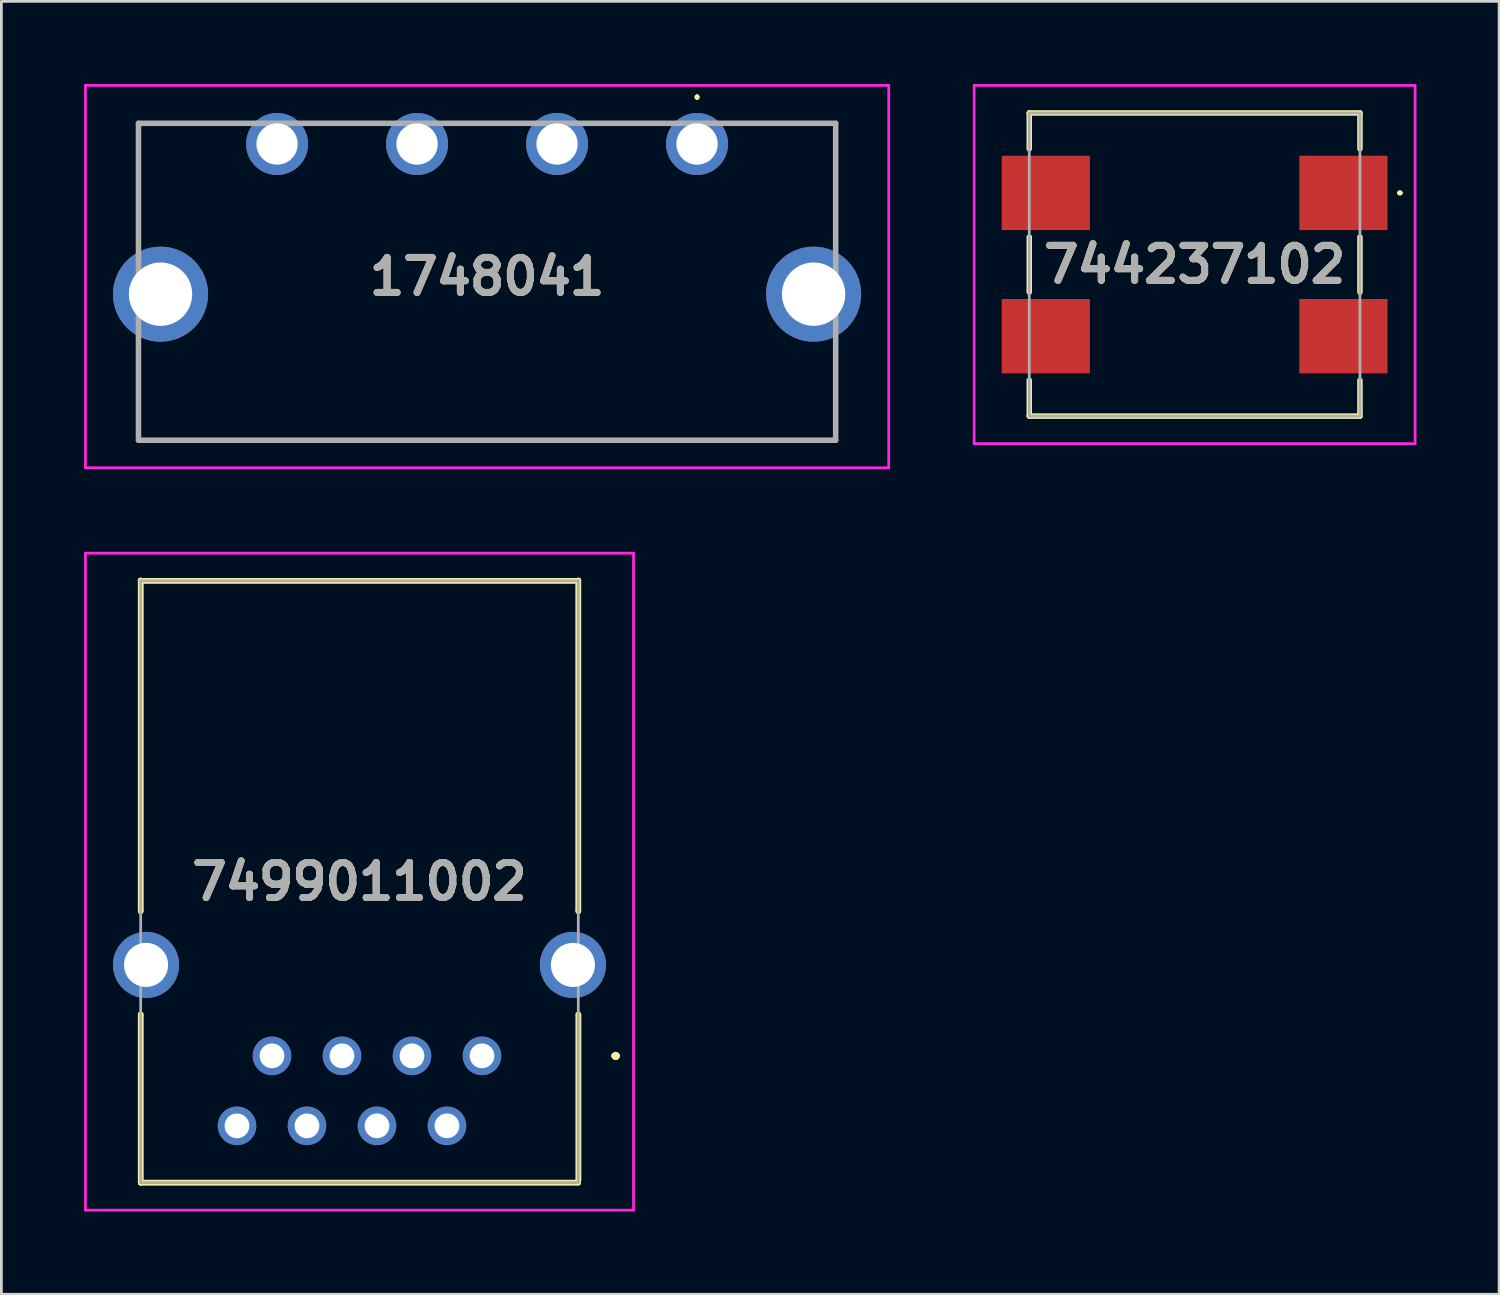
<source format=kicad_pcb>
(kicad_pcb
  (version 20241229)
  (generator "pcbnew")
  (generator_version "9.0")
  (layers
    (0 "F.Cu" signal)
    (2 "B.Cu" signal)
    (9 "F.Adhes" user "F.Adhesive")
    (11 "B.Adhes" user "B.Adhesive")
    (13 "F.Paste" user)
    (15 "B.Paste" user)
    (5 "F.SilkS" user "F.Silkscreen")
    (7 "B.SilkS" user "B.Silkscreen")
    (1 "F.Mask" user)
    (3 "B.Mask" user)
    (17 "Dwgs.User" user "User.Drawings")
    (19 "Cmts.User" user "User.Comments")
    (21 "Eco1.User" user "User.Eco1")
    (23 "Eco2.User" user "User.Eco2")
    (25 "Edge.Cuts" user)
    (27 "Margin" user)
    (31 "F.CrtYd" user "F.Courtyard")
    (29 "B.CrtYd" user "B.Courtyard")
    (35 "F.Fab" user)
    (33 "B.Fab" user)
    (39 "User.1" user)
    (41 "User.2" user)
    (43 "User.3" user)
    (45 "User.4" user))
  (footprint "7499011002"
    (layer "F.Cu")
    (at 14.44 35.265)
    (property "Reference" "7499011002" (at -4.445 -6.32 0) (layer "F.SilkS") (effects (font (size 1.27 1.27) (thickness 0.254))))
    (attr through_hole)
    (fp_line (start -12.385 -17.25) (end -12.385 -17.25) (stroke (width 0.2) (type solid)) (layer "F.SilkS"))
    (fp_line (start -12.385 -17.25) (end -12.385 -5.25) (stroke (width 0.2) (type solid)) (layer "F.SilkS"))
    (fp_line (start -12.385 -17.24) (end -12.385 -17.24) (stroke (width 0.2) (type solid)) (layer "F.SilkS"))
    (fp_line (start -12.385 -17.24) (end 3.495 -17.24) (stroke (width 0.2) (type solid)) (layer "F.SilkS"))
    (fp_line (start -12.385 -5.25) (end -12.385 -17.25) (stroke (width 0.2) (type solid)) (layer "F.SilkS"))
    (fp_line (start -12.385 -5.25) (end -12.385 -5.25) (stroke (width 0.2) (type solid)) (layer "F.SilkS"))
    (fp_line (start -12.385 -1.5) (end -12.385 -1.5) (stroke (width 0.2) (type solid)) (layer "F.SilkS"))
    (fp_line (start -12.385 -1.5) (end -12.385 4.6) (stroke (width 0.2) (type solid)) (layer "F.SilkS"))
    (fp_line (start -12.385 4.6) (end -12.385 -1.5) (stroke (width 0.2) (type solid)) (layer "F.SilkS"))
    (fp_line (start -12.385 4.6) (end -12.385 4.6) (stroke (width 0.2) (type solid)) (layer "F.SilkS"))
    (fp_line (start -12.385 4.6) (end -12.385 4.6) (stroke (width 0.2) (type solid)) (layer "F.SilkS"))
    (fp_line (start -12.385 4.6) (end 3.495 4.6) (stroke (width 0.2) (type solid)) (layer "F.SilkS"))
    (fp_line (start 3.495 -17.25) (end 3.5 -17.25) (stroke (width 0.2) (type solid)) (layer "F.SilkS"))
    (fp_line (start 3.495 -17.24) (end -12.385 -17.24) (stroke (width 0.2) (type solid)) (layer "F.SilkS"))
    (fp_line (start 3.495 -17.24) (end 3.495 -17.24) (stroke (width 0.2) (type solid)) (layer "F.SilkS"))
    (fp_line (start 3.495 -5.25) (end 3.495 -17.25) (stroke (width 0.2) (type solid)) (layer "F.SilkS"))
    (fp_line (start 3.495 4.6) (end -12.385 4.6) (stroke (width 0.2) (type solid)) (layer "F.SilkS"))
    (fp_line (start 3.495 4.6) (end 3.495 4.6) (stroke (width 0.2) (type solid)) (layer "F.SilkS"))
    (fp_line (start 3.5 -17.25) (end 3.5 -5.25) (stroke (width 0.2) (type solid)) (layer "F.SilkS"))
    (fp_line (start 3.5 -5.25) (end 3.495 -5.25) (stroke (width 0.2) (type solid)) (layer "F.SilkS"))
    (fp_line (start 3.5 -1.5) (end 3.5 -1.5) (stroke (width 0.2) (type solid)) (layer "F.SilkS"))
    (fp_line (start 3.5 -1.5) (end 3.5 4.5) (stroke (width 0.2) (type solid)) (layer "F.SilkS"))
    (fp_line (start 3.5 4.5) (end 3.5 -1.5) (stroke (width 0.2) (type solid)) (layer "F.SilkS"))
    (fp_line (start 3.5 4.5) (end 3.5 4.5) (stroke (width 0.2) (type solid)) (layer "F.SilkS"))
    (fp_line (start 4.8 0) (end 4.8 0) (stroke (width 0.2) (type solid)) (layer "F.SilkS"))
    (fp_line (start 4.8 0) (end 4.8 0) (stroke (width 0.2) (type solid)) (layer "F.SilkS"))
    (fp_line (start 4.9 0) (end 4.9 0) (stroke (width 0.2) (type solid)) (layer "F.SilkS"))
    (fp_arc (start 4.8 0) (mid 4.85 -0.05) (end 4.9 0) (stroke (width 0.2) (type solid)) (layer "F.SilkS"))
    (fp_arc (start 4.9 0) (mid 4.85 0.05) (end 4.8 0) (stroke (width 0.2) (type solid)) (layer "F.SilkS"))
    (fp_arc (start 4.9 0) (mid 4.85 0.05) (end 4.8 0) (stroke (width 0.2) (type solid)) (layer "F.SilkS"))
    (fp_line (start -14.39 -18.24) (end 5.5 -18.24) (stroke (width 0.1) (type solid)) (layer "F.CrtYd"))
    (fp_line (start -14.39 5.6) (end -14.39 -18.24) (stroke (width 0.1) (type solid)) (layer "F.CrtYd"))
    (fp_line (start 5.5 -18.24) (end 5.5 5.6) (stroke (width 0.1) (type solid)) (layer "F.CrtYd"))
    (fp_line (start 5.5 5.6) (end -14.39 5.6) (stroke (width 0.1) (type solid)) (layer "F.CrtYd"))
    (fp_line (start -12.385 -17.24) (end -12.385 4.6) (stroke (width 0.1) (type solid)) (layer "F.Fab"))
    (fp_line (start -12.385 4.6) (end 3.495 4.6) (stroke (width 0.1) (type solid)) (layer "F.Fab"))
    (fp_line (start 3.495 -17.24) (end -12.385 -17.24) (stroke (width 0.1) (type solid)) (layer "F.Fab"))
    (fp_line (start 3.495 4.6) (end 3.495 -17.24) (stroke (width 0.1) (type solid)) (layer "F.Fab"))
    (fp_text user "${REFERENCE}" (at -4.445 -6.32 0) (layer "F.Fab") (effects (font (size 1.27 1.27) (thickness 0.254))))
    (pad "" np_thru_hole circle (at -10.16 -6.35) (size 0.001 0.001) (drill 3.25) (layers "*.Cu" "*.Mask"))
    (pad "" np_thru_hole circle (at 1.27 -6.35) (size 0.001 0.001) (drill 3.25) (layers "*.Cu" "*.Mask"))
    (pad "1" thru_hole circle (at 0 0) (size 1.4 1.4) (drill 0.9) (layers "*.Cu" "*.Mask"))
    (pad "2" thru_hole circle (at -1.27 2.54) (size 1.4 1.4) (drill 0.9) (layers "*.Cu" "*.Mask"))
    (pad "3" thru_hole circle (at -2.54 0) (size 1.4 1.4) (drill 0.9) (layers "*.Cu" "*.Mask"))
    (pad "4" thru_hole circle (at -3.81 2.54) (size 1.4 1.4) (drill 0.9) (layers "*.Cu" "*.Mask"))
    (pad "5" thru_hole circle (at -5.08 0) (size 1.4 1.4) (drill 0.9) (layers "*.Cu" "*.Mask"))
    (pad "6" thru_hole circle (at -6.35 2.54) (size 1.4 1.4) (drill 0.9) (layers "*.Cu" "*.Mask"))
    (pad "7" thru_hole circle (at -7.62 0) (size 1.4 1.4) (drill 0.9) (layers "*.Cu" "*.Mask"))
    (pad "8" thru_hole circle (at -8.89 2.54) (size 1.4 1.4) (drill 0.9) (layers "*.Cu" "*.Mask"))
    (pad "MH1" thru_hole circle (at -12.19 -3.3) (size 2.4 2.4) (drill 1.6) (layers "*.Cu" "*.Mask"))
    (pad "MH1" thru_hole circle (at 3.3 -3.3) (size 2.4 2.4) (drill 1.6) (layers "*.Cu" "*.Mask")))
  (footprint "1748041"
    (layer "F.Cu")
    (at 22.245 2.175)
    (property "Reference" "1748041" (at -7.62 4.813 0) (layer "F.SilkS") (effects (font (size 1.27 1.27) (thickness 0.254))))
    (attr through_hole)
    (fp_line (start -20.27 -0.75) (end -20.27 3) (stroke (width 0.1) (type solid)) (layer "F.SilkS"))
    (fp_line (start -20.27 7.5) (end -20.27 10.75) (stroke (width 0.1) (type solid)) (layer "F.SilkS"))
    (fp_line (start -20.27 10.75) (end 5 10.75) (stroke (width 0.1) (type solid)) (layer "F.SilkS"))
    (fp_line (start -17 -0.75) (end -20.27 -0.75) (stroke (width 0.1) (type solid)) (layer "F.SilkS"))
    (fp_line (start -14 -0.75) (end -11.5 -0.75) (stroke (width 0.1) (type solid)) (layer "F.SilkS"))
    (fp_line (start -8.75 -0.75) (end -6.5 -0.75) (stroke (width 0.1) (type solid)) (layer "F.SilkS"))
    (fp_line (start -3.5 -0.75) (end -1.5 -0.75) (stroke (width 0.1) (type solid)) (layer "F.SilkS"))
    (fp_line (start 0 -1.75) (end 0 -1.75) (stroke (width 0.1) (type solid)) (layer "F.SilkS"))
    (fp_line (start 0 -1.65) (end 0 -1.65) (stroke (width 0.1) (type solid)) (layer "F.SilkS"))
    (fp_line (start 1.5 -0.75) (end 5 -0.75) (stroke (width 0.1) (type solid)) (layer "F.SilkS"))
    (fp_line (start 5 -0.75) (end 5.03 3) (stroke (width 0.1) (type solid)) (layer "F.SilkS"))
    (fp_line (start 5 10.75) (end 5.03 7.5) (stroke (width 0.1) (type solid)) (layer "F.SilkS"))
    (fp_arc (start 0 -1.75) (mid 0.05 -1.7) (end 0 -1.65) (stroke (width 0.1) (type solid)) (layer "F.SilkS"))
    (fp_arc (start 0 -1.65) (mid -0.05 -1.7) (end 0 -1.75) (stroke (width 0.1) (type solid)) (layer "F.SilkS"))
    (fp_line (start -22.195 -2.125) (end -22.195 11.75) (stroke (width 0.1) (type solid)) (layer "F.CrtYd"))
    (fp_line (start -22.195 11.75) (end 6.955 11.75) (stroke (width 0.1) (type solid)) (layer "F.CrtYd"))
    (fp_line (start 6.955 -2.125) (end -22.195 -2.125) (stroke (width 0.1) (type solid)) (layer "F.CrtYd"))
    (fp_line (start 6.955 11.75) (end 6.955 -2.125) (stroke (width 0.1) (type solid)) (layer "F.CrtYd"))
    (fp_line (start -20.27 -0.75) (end -20.27 10.75) (stroke (width 0.2) (type solid)) (layer "F.Fab"))
    (fp_line (start -20.27 10.75) (end 5.03 10.75) (stroke (width 0.2) (type solid)) (layer "F.Fab"))
    (fp_line (start 5.03 -0.75) (end -20.27 -0.75) (stroke (width 0.2) (type solid)) (layer "F.Fab"))
    (fp_line (start 5.03 10.75) (end 5.03 -0.75) (stroke (width 0.2) (type solid)) (layer "F.Fab"))
    (fp_text user "${REFERENCE}" (at -7.62 4.813 0) (layer "F.Fab") (effects (font (size 1.27 1.27) (thickness 0.254))))
    (pad "1" thru_hole circle (at 0 0) (size 2.25 2.25) (drill 1.5) (layers "*.Cu" "*.Mask"))
    (pad "2" thru_hole circle (at -5.08 0) (size 2.25 2.25) (drill 1.5) (layers "*.Cu" "*.Mask"))
    (pad "3" thru_hole circle (at -10.16 0) (size 2.25 2.25) (drill 1.5) (layers "*.Cu" "*.Mask"))
    (pad "4" thru_hole circle (at -15.24 0) (size 2.25 2.25) (drill 1.5) (layers "*.Cu" "*.Mask"))
    (pad "MH1" thru_hole circle (at 4.23 5.45) (size 3.45 3.45) (drill 2.3) (layers "*.Cu" "*.Mask"))
    (pad "MH2" thru_hole circle (at -19.47 5.45) (size 3.45 3.45) (drill 2.3) (layers "*.Cu" "*.Mask")))
  (footprint "744237102"
    (layer "F.Cu")
    (at 40.3 6.55)
    (property "Reference" "744237102" (at 0 0 0) (layer "F.SilkS") (effects (font (size 1.27 1.27) (thickness 0.254))))
    (attr smd)
    (fp_line (start -6 -5.5) (end 6 -5.5) (stroke (width 0.2) (type solid)) (layer "F.SilkS"))
    (fp_line (start -6 -4.2) (end -6 -5.5) (stroke (width 0.2) (type solid)) (layer "F.SilkS"))
    (fp_line (start -6 -1) (end -6 1) (stroke (width 0.2) (type solid)) (layer "F.SilkS"))
    (fp_line (start -6 4.2) (end -6 5.5) (stroke (width 0.2) (type solid)) (layer "F.SilkS"))
    (fp_line (start -6 5.5) (end 6 5.5) (stroke (width 0.2) (type solid)) (layer "F.SilkS"))
    (fp_line (start 6 -5.5) (end 6 -4.2) (stroke (width 0.2) (type solid)) (layer "F.SilkS"))
    (fp_line (start 6 -1) (end 6 1) (stroke (width 0.2) (type solid)) (layer "F.SilkS"))
    (fp_line (start 6 5.5) (end 6 4.2) (stroke (width 0.2) (type solid)) (layer "F.SilkS"))
    (fp_line (start 7.4 -2.6) (end 7.4 -2.6) (stroke (width 0.1) (type solid)) (layer "F.SilkS"))
    (fp_line (start 7.5 -2.6) (end 7.5 -2.6) (stroke (width 0.1) (type solid)) (layer "F.SilkS"))
    (fp_arc (start 7.4 -2.6) (mid 7.45 -2.65) (end 7.5 -2.6) (stroke (width 0.1) (type solid)) (layer "F.SilkS"))
    (fp_arc (start 7.5 -2.6) (mid 7.45 -2.55) (end 7.4 -2.6) (stroke (width 0.1) (type solid)) (layer "F.SilkS"))
    (fp_line (start -8 -6.5) (end 8 -6.5) (stroke (width 0.1) (type solid)) (layer "F.CrtYd"))
    (fp_line (start -8 6.5) (end -8 -6.5) (stroke (width 0.1) (type solid)) (layer "F.CrtYd"))
    (fp_line (start 8 -6.5) (end 8 6.5) (stroke (width 0.1) (type solid)) (layer "F.CrtYd"))
    (fp_line (start 8 6.5) (end -8 6.5) (stroke (width 0.1) (type solid)) (layer "F.CrtYd"))
    (fp_line (start -6 -5.5) (end 6 -5.5) (stroke (width 0.1) (type solid)) (layer "F.Fab"))
    (fp_line (start -6 5.5) (end -6 -5.5) (stroke (width 0.1) (type solid)) (layer "F.Fab"))
    (fp_line (start 6 -5.5) (end 6 5.5) (stroke (width 0.1) (type solid)) (layer "F.Fab"))
    (fp_line (start 6 5.5) (end -6 5.5) (stroke (width 0.1) (type solid)) (layer "F.Fab"))
    (fp_text user "${REFERENCE}" (at 0 0 0) (layer "F.Fab") (effects (font (size 1.27 1.27) (thickness 0.254))))
    (pad "1" smd rect (at -5.4 -2.6 90) (size 2.7 3.2) (layers "F.Cu" "F.Mask" "F.Paste"))
    (pad "2" smd rect (at 5.4 -2.6 90) (size 2.7 3.2) (layers "F.Cu" "F.Mask" "F.Paste"))
    (pad "3" smd rect (at -5.4 2.6 90) (size 2.7 3.2) (layers "F.Cu" "F.Mask" "F.Paste"))
    (pad "4" smd rect (at 5.4 2.6 90) (size 2.7 3.2) (layers "F.Cu" "F.Mask" "F.Paste")))
  (gr_rect
    (start -3 -3)
    (end 51.35 43.915)
    (stroke (width 0.1) (type default))
    (fill no)
    (layer "Edge.Cuts")))
</source>
